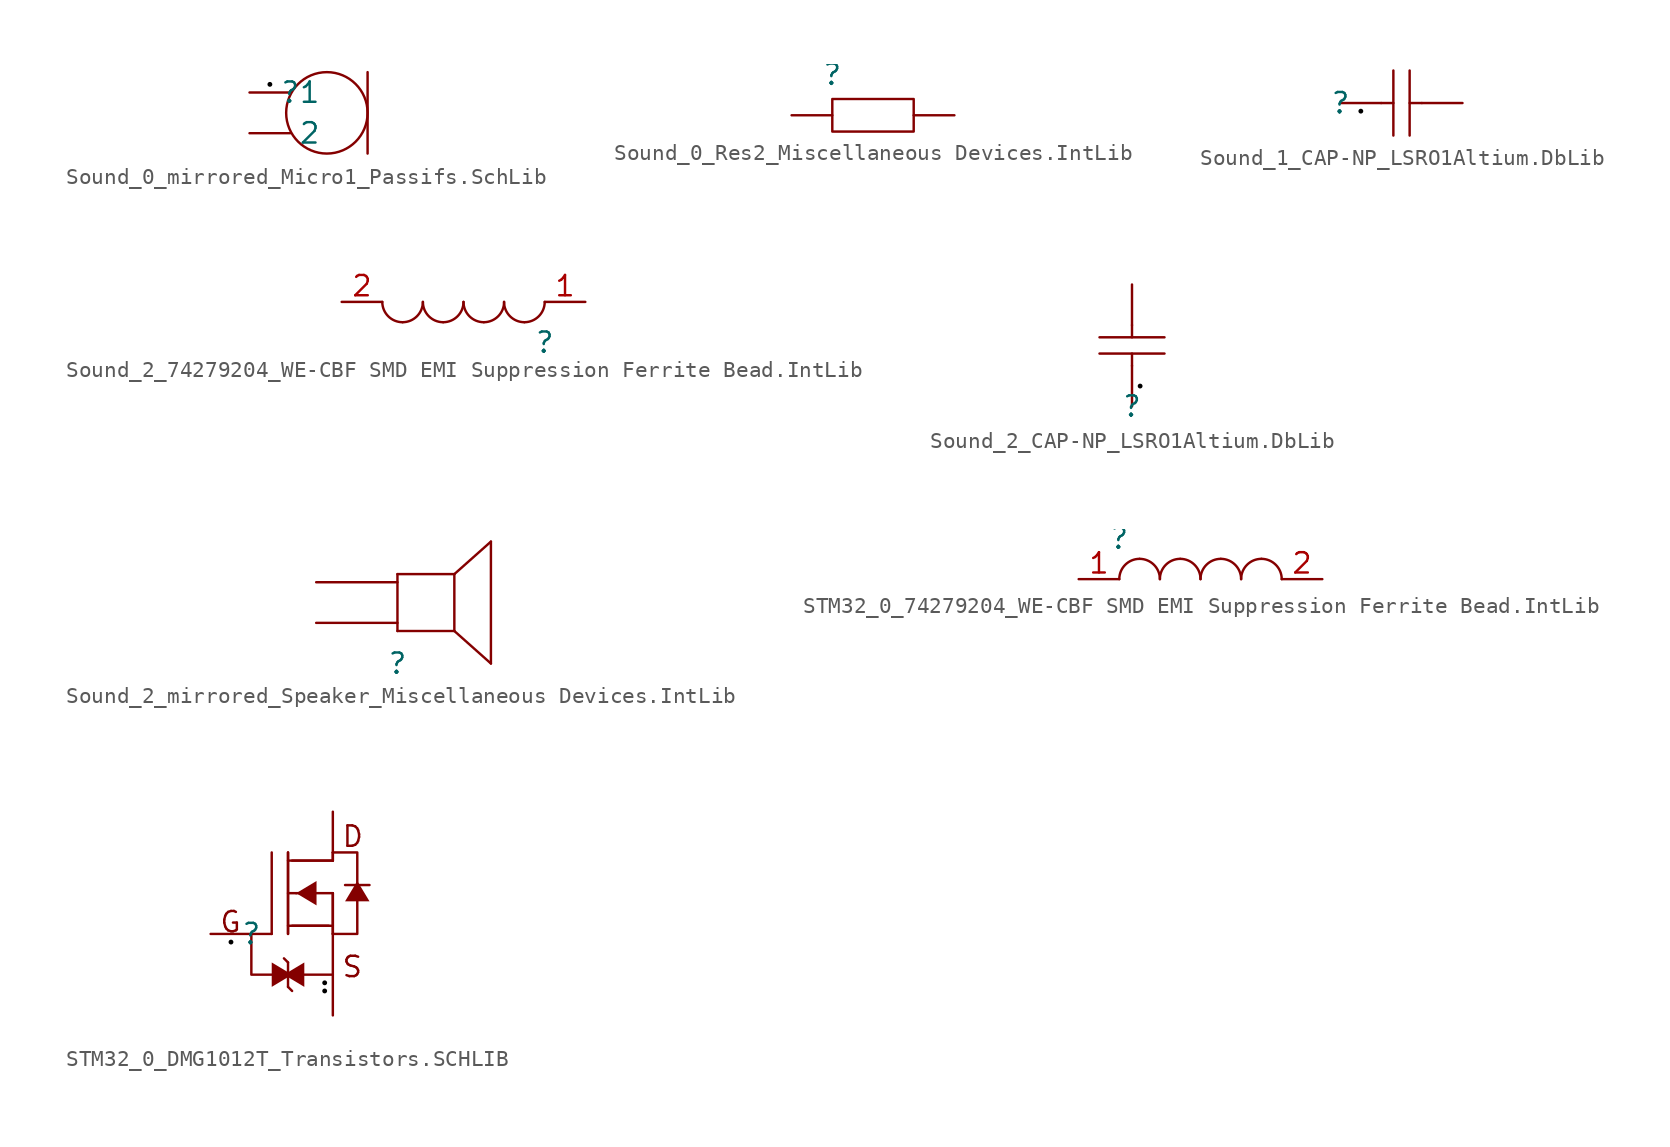
<source format=kicad_sym>
(kicad_symbol_lib
  (version 20241209)
  (generator "kicad_symbol_editor")
  (generator_version "9.0")
  (symbol "Sound_0_mirrored_Micro1_Passifs.SchLib"
    (pin_numbers
      (hide yes))
    (property "Reference" ""
      (at 0 0 0)
      (effects (font (size 1.27 1.27))))
    (property "Value" ""
      (at 0 0 0)
      (effects (font (size 1.27 1.27))))
    (symbol "Sound_0_mirrored_Micro1_Passifs.SchLib_1_0"
      (circle (center -1.27 0.508) (radius 0.152) (stroke (width -0.0001) (type solid) (color 0 0 0 1)) (fill (type outline)))
      (circle (center 2.286 -1.27) (radius 2.54) (stroke (width 0) (type solid)) (fill (type none)))
      (polyline (pts (xy 4.826 -3.81) (xy 4.826 1.27)) (stroke (width 0) (type solid)) (fill (type none)))
      (pin passive line (at -2.54 0 0) (length 2.54) (name "1" (effects (font (size 1.27 1.27)))) (number "1" (effects (font (size 1.27 1.27)))))
      (pin passive line (at -2.54 -2.54 0) (length 2.54) (name "2" (effects (font (size 1.27 1.27)))) (number "2" (effects (font (size 1.27 1.27)))))))
  (symbol "Sound_0_Res2_Miscellaneous Devices.IntLib"
    (pin_numbers
      (hide yes))
    (pin_names
      (hide yes))
    (property "Reference" ""
      (at 0 0 0)
      (effects (font (size 1.27 1.27))))
    (property "Value" ""
      (at 0 0 0)
      (effects (font (size 1.27 1.27))))
    (symbol "Sound_0_Res2_Miscellaneous Devices.IntLib_1_0"
      (rectangle (start 5.08 -1.524) (end 0 -3.556) (stroke (width 0) (type solid)) (fill (type none)))
      (pin passive line (at -2.54 -2.54 0) (length 2.54) (name "1" (effects (font (size 1.27 1.27)))) (number "1" (effects (font (size 1.27 1.27)))))
      (pin passive line (at 7.62 -2.54 180) (length 2.54) (name "2" (effects (font (size 1.27 1.27)))) (number "2" (effects (font (size 1.27 1.27)))))))
  (symbol "Sound_1_CAP-NP_LSRO1Altium.DbLib"
    (pin_numbers
      (hide yes))
    (pin_names
      (hide yes))
    (property "Reference" ""
      (at 0 0 0)
      (effects (font (size 1.27 1.27))))
    (property "Value" ""
      (at 0 0 0)
      (effects (font (size 1.27 1.27))))
    (symbol "Sound_1_CAP-NP_LSRO1Altium.DbLib_1_0"
      (circle (center 1.27 -0.508) (radius 0.152) (stroke (width -0.0001) (type solid) (color 0 0 0 1)) (fill (type outline)))
      (polyline (pts (xy 2.54 0) (xy 3.302 0)) (stroke (width 0) (type solid)) (fill (type none)))
      (polyline (pts (xy 3.302 -2.032) (xy 3.302 2.032)) (stroke (width 0) (type solid)) (fill (type none)))
      (polyline (pts (xy 4.318 2.032) (xy 4.318 -2.032)) (stroke (width 0) (type solid)) (fill (type none)))
      (polyline (pts (xy 5.08 0) (xy 4.318 0)) (stroke (width 0) (type solid)) (fill (type none)))
      (pin passive line (at 0 0 0) (length 2.54) (name "1" (effects (font (size 1.27 1.27)))) (number "1" (effects (font (size 1.27 1.27)))))
      (pin passive line (at 7.62 0 180) (length 2.54) (name "2" (effects (font (size 1.27 1.27)))) (number "2" (effects (font (size 1.27 1.27)))))))
  (symbol "Sound_2_74279204_WE-CBF SMD EMI Suppression Ferrite Bead.IntLib"
    (pin_names
      (hide yes))
    (property "Reference" ""
      (at 0 0 0)
      (effects (font (size 1.27 1.27))))
    (property "Value" ""
      (at 0 0 0)
      (effects (font (size 1.27 1.27))))
    (symbol "Sound_2_74279204_WE-CBF SMD EMI Suppression Ferrite Bead.IntLib_1_0"
      (arc (start -8.89 1.27) (mid -9.788 1.642) (end -10.16 2.54) (stroke (width 0) (type solid)) (fill (type none)))
      (arc (start -7.62 2.54) (mid -7.992 1.642) (end -8.89 1.27) (stroke (width 0) (type solid)) (fill (type none)))
      (arc (start -6.35 1.27) (mid -7.248 1.642) (end -7.62 2.54) (stroke (width 0) (type solid)) (fill (type none)))
      (arc (start -5.08 2.54) (mid -5.452 1.642) (end -6.35 1.27) (stroke (width 0) (type solid)) (fill (type none)))
      (arc (start -3.81 1.27) (mid -4.708 1.642) (end -5.08 2.54) (stroke (width 0) (type solid)) (fill (type none)))
      (arc (start -2.54 2.54) (mid -2.912 1.642) (end -3.81 1.27) (stroke (width 0) (type solid)) (fill (type none)))
      (arc (start -1.27 1.27) (mid -2.168 1.642) (end -2.54 2.54) (stroke (width 0) (type solid)) (fill (type none)))
      (arc (start 0 2.54) (mid -0.372 1.642) (end -1.27 1.27) (stroke (width 0) (type solid)) (fill (type none)))
      (pin passive line (at -12.7 2.54 0) (length 2.54) (name "2" (effects (font (size 1.27 1.27)))) (number "2" (effects (font (size 1.27 1.27)))))
      (pin passive line (at 2.54 2.54 180) (length 2.54) (name "1" (effects (font (size 1.27 1.27)))) (number "1" (effects (font (size 1.27 1.27)))))))
  (symbol "Sound_2_CAP-NP_LSRO1Altium.DbLib"
    (pin_numbers
      (hide yes))
    (pin_names
      (hide yes))
    (property "Reference" ""
      (at 0 0 0)
      (effects (font (size 1.27 1.27))))
    (property "Value" ""
      (at 0 0 0)
      (effects (font (size 1.27 1.27))))
    (symbol "Sound_2_CAP-NP_LSRO1Altium.DbLib_1_0"
      (polyline (pts (xy -2.032 4.318) (xy 2.032 4.318)) (stroke (width 0) (type solid)) (fill (type none)))
      (polyline (pts (xy 0 5.08) (xy 0 4.318)) (stroke (width 0) (type solid)) (fill (type none)))
      (polyline (pts (xy 0 2.54) (xy 0 3.302)) (stroke (width 0) (type solid)) (fill (type none)))
      (circle (center 0.508 1.27) (radius 0.152) (stroke (width -0.0001) (type solid) (color 0 0 0 1)) (fill (type outline)))
      (polyline (pts (xy 2.032 3.302) (xy -2.032 3.302)) (stroke (width 0) (type solid)) (fill (type none)))
      (pin passive line (at 0 7.62 270) (length 2.54) (name "2" (effects (font (size 1.27 1.27)))) (number "2" (effects (font (size 1.27 1.27)))))
      (pin passive line (at 0 0 90) (length 2.54) (name "1" (effects (font (size 1.27 1.27)))) (number "1" (effects (font (size 1.27 1.27)))))))
  (symbol "Sound_2_mirrored_Speaker_Miscellaneous Devices.IntLib"
    (pin_numbers
      (hide yes))
    (pin_names
      (hide yes))
    (property "Reference" ""
      (at 0 0 0)
      (effects (font (size 1.27 1.27))))
    (property "Value" ""
      (at 0 0 0)
      (effects (font (size 1.27 1.27))))
    (symbol "Sound_2_mirrored_Speaker_Miscellaneous Devices.IntLib_1_0"
      (polyline (pts (xy 0 5.588) (xy 3.556 5.588)) (stroke (width 0) (type solid)) (fill (type none)))
      (polyline (pts (xy 0 2.032) (xy 0 5.588)) (stroke (width 0) (type solid)) (fill (type none)))
      (polyline (pts (xy 0 2.032) (xy 3.556 2.032)) (stroke (width 0) (type solid)) (fill (type none)))
      (polyline (pts (xy 3.556 5.588) (xy 5.842 7.62)) (stroke (width 0) (type solid)) (fill (type none)))
      (polyline (pts (xy 3.556 2.032) (xy 3.556 5.588)) (stroke (width 0) (type solid)) (fill (type none)))
      (polyline (pts (xy 5.842 0) (xy 3.556 2.032)) (stroke (width 0) (type solid)) (fill (type none)))
      (polyline (pts (xy 5.842 0) (xy 5.842 7.62)) (stroke (width 0) (type solid)) (fill (type none)))
      (pin passive line (at -5.08 5.08 0) (length 5.08) (name "2" (effects (font (size 1.27 1.27)))) (number "2" (effects (font (size 1.27 1.27)))))
      (pin passive line (at -5.08 2.54 0) (length 5.08) (name "1" (effects (font (size 1.27 1.27)))) (number "1" (effects (font (size 1.27 1.27)))))))
  (symbol "STM32_0_74279204_WE-CBF SMD EMI Suppression Ferrite Bead.IntLib"
    (pin_names
      (hide yes))
    (property "Reference" ""
      (at 0 0 0)
      (effects (font (size 1.27 1.27))))
    (property "Value" ""
      (at 0 0 0)
      (effects (font (size 1.27 1.27))))
    (symbol "STM32_0_74279204_WE-CBF SMD EMI Suppression Ferrite Bead.IntLib_1_0"
      (arc (start 0 -2.54) (mid 0.372 -1.642) (end 1.27 -1.27) (stroke (width 0) (type solid)) (fill (type none)))
      (arc (start 1.27 -1.27) (mid 2.168 -1.642) (end 2.54 -2.54) (stroke (width 0) (type solid)) (fill (type none)))
      (arc (start 2.54 -2.54) (mid 2.912 -1.642) (end 3.81 -1.27) (stroke (width 0) (type solid)) (fill (type none)))
      (arc (start 3.81 -1.27) (mid 4.708 -1.642) (end 5.08 -2.54) (stroke (width 0) (type solid)) (fill (type none)))
      (arc (start 5.08 -2.54) (mid 5.452 -1.642) (end 6.35 -1.27) (stroke (width 0) (type solid)) (fill (type none)))
      (arc (start 6.35 -1.27) (mid 7.248 -1.642) (end 7.62 -2.54) (stroke (width 0) (type solid)) (fill (type none)))
      (arc (start 7.62 -2.54) (mid 7.992 -1.642) (end 8.89 -1.27) (stroke (width 0) (type solid)) (fill (type none)))
      (arc (start 8.89 -1.27) (mid 9.788 -1.642) (end 10.16 -2.54) (stroke (width 0) (type solid)) (fill (type none)))
      (pin passive line (at -2.54 -2.54 0) (length 2.54) (name "1" (effects (font (size 1.27 1.27)))) (number "1" (effects (font (size 1.27 1.27)))))
      (pin passive line (at 12.7 -2.54 180) (length 2.54) (name "2" (effects (font (size 1.27 1.27)))) (number "2" (effects (font (size 1.27 1.27)))))))
  (symbol "STM32_0_DMG1012T_Transistors.SCHLIB"
    (pin_numbers
      (hide yes))
    (pin_names
      (hide yes))
    (property "Reference" ""
      (at 0 0 0)
      (effects (font (size 1.27 1.27))))
    (property "Value" ""
      (at 0 0 0)
      (effects (font (size 1.27 1.27))))
    (symbol "STM32_0_DMG1012T_Transistors.SCHLIB_1_0"
      (circle (center -1.27 -0.508) (radius 0.152) (stroke (width -0.0001) (type solid) (color 0 0 0 1)) (fill (type outline)))
      (polyline (pts (xy 0 0) (xy 1.27 0)) (stroke (width 0) (type solid)) (fill (type none)))
      (polyline (pts (xy 0 0) (xy 0 -2.54) (xy 5.08 -2.54) (xy 5.08 0)) (stroke (width 0) (type solid)) (fill (type none)))
      (polyline (pts (xy 1.27 0) (xy 1.27 5.08)) (stroke (width 0) (type solid)) (fill (type none)))
      (polyline (pts (xy 1.27 -3.302) (xy 2.54 -2.54) (xy 1.27 -1.778) (xy 1.27 -3.302)) (stroke (width -0.0001) (type solid)) (fill (type outline)))
      (polyline (pts (xy 2.286 5.08) (xy 2.286 0)) (stroke (width 0) (type solid)) (fill (type none)))
      (polyline (pts (xy 2.286 5.08) (xy 2.286 0)) (stroke (width 0) (type solid)) (fill (type none)))
      (polyline (pts (xy 2.286 0.508) (xy 5.08 0.508)) (stroke (width 0) (type solid)) (fill (type none)))
      (polyline (pts (xy 2.286 -1.778) (xy 2.032 -1.524)) (stroke (width 0) (type solid)) (fill (type none)))
      (polyline (pts (xy 2.286 -1.778) (xy 2.286 -3.302)) (stroke (width 0) (type solid)) (fill (type none)))
      (polyline (pts (xy 2.286 -3.302) (xy 2.54 -3.556)) (stroke (width 0) (type solid)) (fill (type none)))
      (polyline (pts (xy 2.54 0.508) (xy 4.826 0.508)) (stroke (width 0) (type solid)) (fill (type none)))
      (polyline (pts (xy 2.794 2.54) (xy 2.286 2.54)) (stroke (width 0) (type solid)) (fill (type none)))
      (polyline (pts (xy 3.302 -1.778) (xy 2.032 -2.54) (xy 3.302 -3.302) (xy 3.302 -1.778)) (stroke (width -0.0001) (type solid)) (fill (type outline)))
      (polyline (pts (xy 4.064 3.302) (xy 2.794 2.54) (xy 4.064 1.778) (xy 4.064 3.302)) (stroke (width -0.0001) (type solid)) (fill (type outline)))
      (circle (center 4.572 -3.048) (radius 0.152) (stroke (width -0.0001) (type solid) (color 0 0 0 1)) (fill (type outline)))
      (circle (center 4.572 -3.556) (radius 0.152) (stroke (width -0.0001) (type solid) (color 0 0 0 1)) (fill (type outline)))
      (polyline (pts (xy 5.08 5.08) (xy 5.08 4.572)) (stroke (width 0) (type solid)) (fill (type none)))
      (polyline (pts (xy 5.08 5.08) (xy 5.08 4.572)) (stroke (width 0) (type solid)) (fill (type none)))
      (polyline (pts (xy 5.08 4.572) (xy 2.286 4.572)) (stroke (width 0) (type solid)) (fill (type none)))
      (polyline (pts (xy 5.08 4.572) (xy 2.54 4.572)) (stroke (width 0) (type solid)) (fill (type none)))
      (polyline (pts (xy 5.08 2.54) (xy 2.794 2.54)) (stroke (width 0) (type solid)) (fill (type none)))
      (polyline (pts (xy 5.08 2.54) (xy 5.08 0)) (stroke (width 0) (type solid)) (fill (type none)))
      (polyline (pts (xy 5.08 2.54) (xy 5.08 0)) (stroke (width 0) (type solid)) (fill (type none)))
      (polyline (pts (xy 5.08 0) (xy 6.604 0) (xy 6.604 5.08) (xy 5.08 5.08)) (stroke (width 0) (type solid)) (fill (type none)))
      (polyline (pts (xy 5.842 3.048) (xy 7.366 3.048)) (stroke (width 0) (type solid)) (fill (type none)))
      (polyline (pts (xy 7.366 2.032) (xy 6.604 3.302) (xy 5.842 2.032) (xy 7.366 2.032)) (stroke (width -0.0001) (type solid)) (fill (type outline)))
      (text "G" (at -2.032 0 0) (effects (font (size 1.27 1.27)) (justify left bottom)))
      (text "D" (at 5.588 5.334 0) (effects (font (size 1.27 1.27)) (justify left bottom)))
      (text "S" (at 5.588 -2.794 0) (effects (font (size 1.27 1.27)) (justify left bottom)))
      (pin passive line (at -2.54 0 0) (length 2.54) (name "G" (effects (font (size 1.27 1.27)))) (number "1" (effects (font (size 1.27 1.27)))))
      (pin passive line (at 5.08 7.62 270) (length 2.54) (name "D" (effects (font (size 1.27 1.27)))) (number "3" (effects (font (size 1.27 1.27)))))
      (pin passive line (at 5.08 -5.08 90) (length 2.54) (name "S" (effects (font (size 1.27 1.27)))) (number "2" (effects (font (size 1.27 1.27))))))))
</source>
